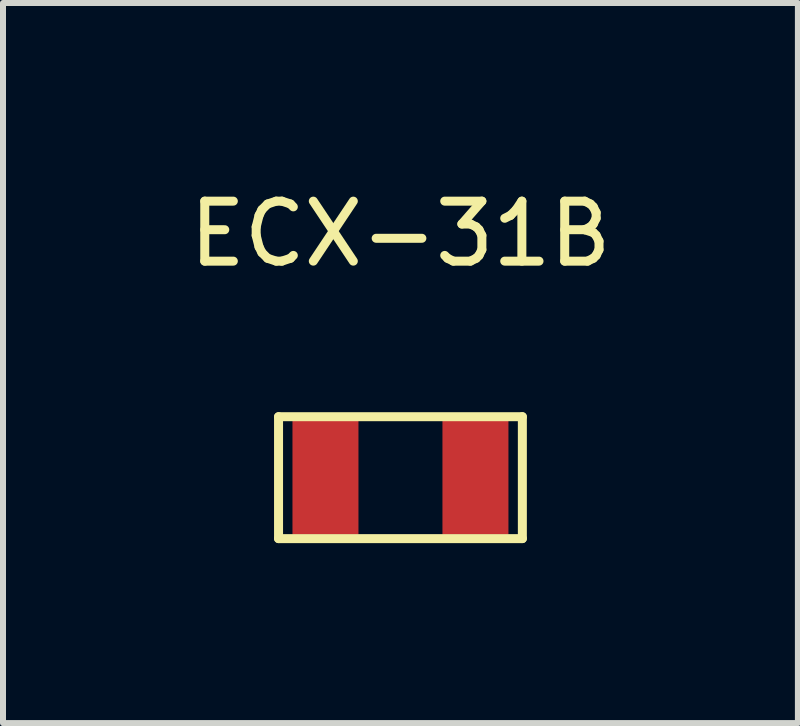
<source format=kicad_pcb>
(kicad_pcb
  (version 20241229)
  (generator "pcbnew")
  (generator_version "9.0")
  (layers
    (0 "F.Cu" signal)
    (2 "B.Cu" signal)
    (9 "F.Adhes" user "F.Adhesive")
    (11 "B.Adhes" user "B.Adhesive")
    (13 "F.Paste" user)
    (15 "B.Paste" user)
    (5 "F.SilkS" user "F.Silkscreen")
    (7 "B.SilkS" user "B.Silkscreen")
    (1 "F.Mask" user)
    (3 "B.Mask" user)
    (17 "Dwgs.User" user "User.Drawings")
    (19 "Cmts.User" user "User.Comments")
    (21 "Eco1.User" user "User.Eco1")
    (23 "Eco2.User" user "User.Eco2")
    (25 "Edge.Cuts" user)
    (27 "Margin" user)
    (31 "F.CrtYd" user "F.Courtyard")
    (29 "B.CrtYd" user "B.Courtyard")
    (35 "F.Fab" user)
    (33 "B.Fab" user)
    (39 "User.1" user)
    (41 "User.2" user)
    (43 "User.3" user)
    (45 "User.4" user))
  (footprint "ECX-31B"
    (layer "F.Cu")
    (at 3.625 4.912)
    (property "Reference" "ECX-31B" (at 0 -4.064 0) (layer "F.SilkS") (effects (font (size 1 1) (thickness 0.15))))
    (attr through_hole)
    (fp_line (start -2.032 -1.016) (end 2.032 -1.016) (stroke (width 0.15) (type solid)) (layer "F.SilkS"))
    (fp_line (start -2.032 1.016) (end -2.032 -1.016) (stroke (width 0.15) (type solid)) (layer "F.SilkS"))
    (fp_line (start 2.032 -1.016) (end 2.032 1.016) (stroke (width 0.15) (type solid)) (layer "F.SilkS"))
    (fp_line (start 2.032 1.016) (end -2.032 1.016) (stroke (width 0.15) (type solid)) (layer "F.SilkS"))
    (pad "1" smd rect (at -1.25 0) (size 1.1 1.9) (layers "F.Cu" "F.Mask" "F.Paste"))
    (pad "2" smd rect (at 1.25 0) (size 1.1 1.9) (layers "F.Cu" "F.Mask" "F.Paste")))
  (gr_rect
    (start -3 -3)
    (end 10.25 9.003)
    (stroke (width 0.1) (type default))
    (fill no)
    (layer "Edge.Cuts")))
</source>
